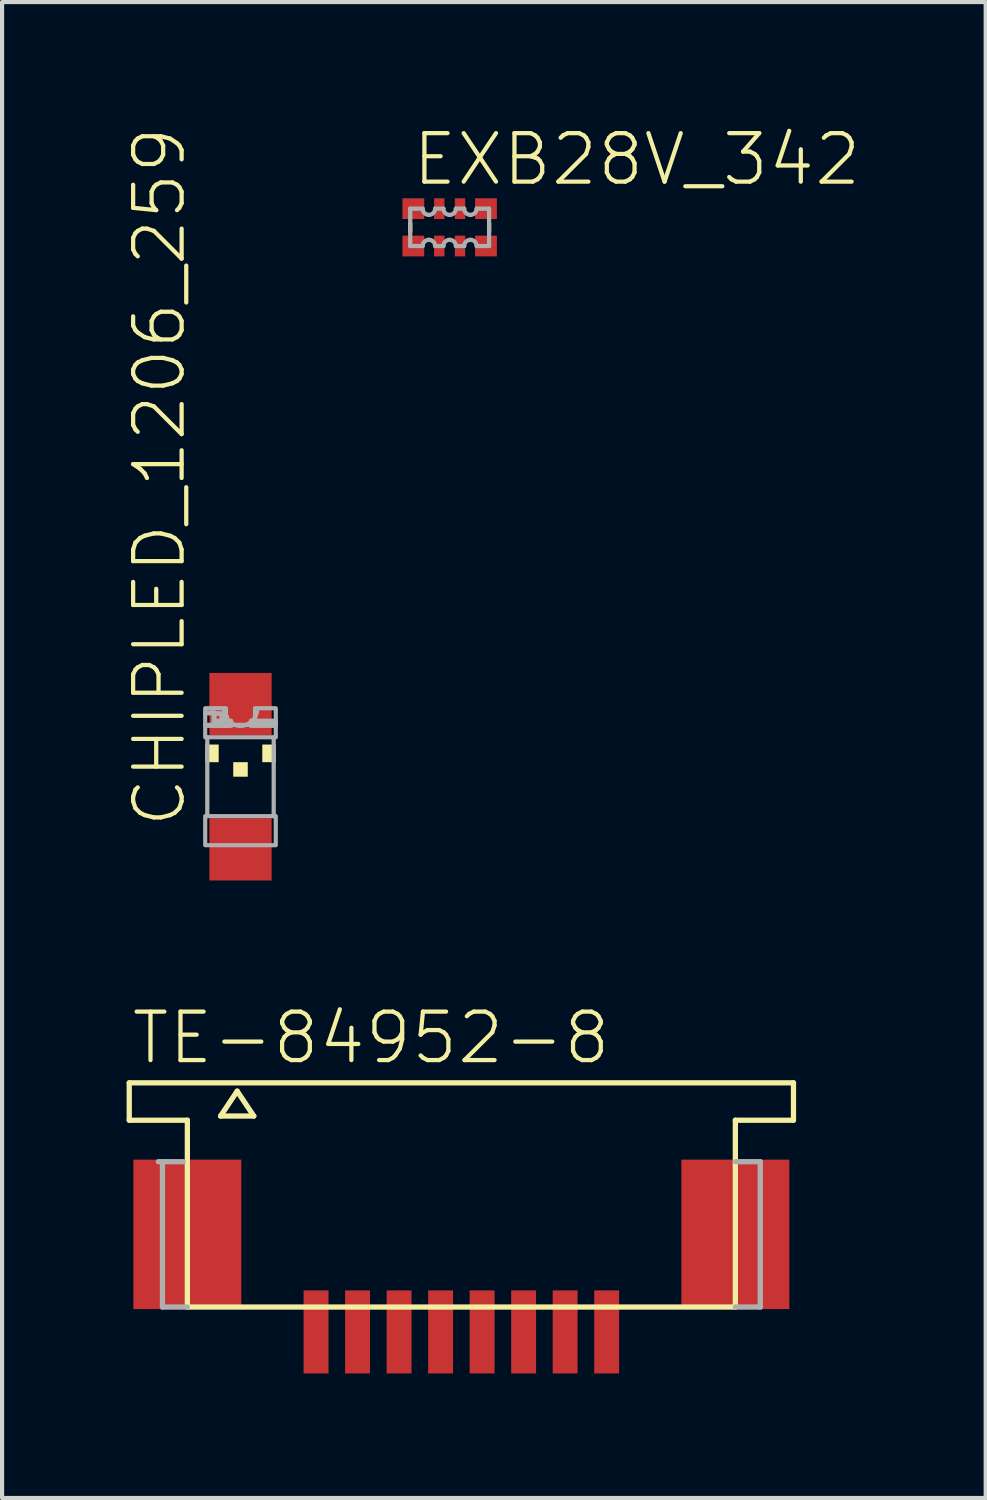
<source format=kicad_pcb>
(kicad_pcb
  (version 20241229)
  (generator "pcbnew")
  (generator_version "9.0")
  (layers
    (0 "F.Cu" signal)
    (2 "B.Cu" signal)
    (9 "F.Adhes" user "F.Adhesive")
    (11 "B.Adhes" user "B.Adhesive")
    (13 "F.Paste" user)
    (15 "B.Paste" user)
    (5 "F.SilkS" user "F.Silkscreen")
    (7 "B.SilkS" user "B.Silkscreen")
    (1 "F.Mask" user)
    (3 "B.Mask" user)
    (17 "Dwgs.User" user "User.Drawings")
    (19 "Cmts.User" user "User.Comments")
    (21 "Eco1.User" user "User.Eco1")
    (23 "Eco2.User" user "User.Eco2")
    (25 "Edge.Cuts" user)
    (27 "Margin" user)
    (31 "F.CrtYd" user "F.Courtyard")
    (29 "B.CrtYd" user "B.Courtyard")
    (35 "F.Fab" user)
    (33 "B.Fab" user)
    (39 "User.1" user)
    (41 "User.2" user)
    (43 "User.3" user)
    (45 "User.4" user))
  (footprint "CHIPLED_1206_259"
    (layer "F.Cu")
    (at 2.743 15.659)
    (property "Reference" "CHIPLED_1206_259" (at -1.27 1.27 90) (unlocked yes) (layer "F.SilkS") (effects (font (size 1.168 1.168) (thickness 0.102)) (justify left bottom)))
    (fp_poly (pts (xy -0.85 -0.35) (xy -0.525 -0.35) (xy -0.525 -0.775) (xy -0.85 -0.775)) (stroke (width 0) (type default)) (fill yes) (layer "F.SilkS"))
    (fp_poly (pts (xy -0.175 0) (xy 0.175 0) (xy 0.175 -0.35) (xy -0.175 -0.35)) (stroke (width 0) (type default)) (fill yes) (layer "F.SilkS"))
    (fp_poly (pts (xy 0.525 -0.35) (xy 0.85 -0.35) (xy 0.85 -0.775) (xy 0.525 -0.775)) (stroke (width 0) (type default)) (fill yes) (layer "F.SilkS"))
    (fp_line (start -0.8 0.95) (end -0.8 -0.95) (stroke (width 0.102) (type solid)) (layer "F.Fab"))
    (fp_line (start 0.8 -0.95) (end 0.8 0.95) (stroke (width 0.102) (type solid)) (layer "F.Fab"))
    (fp_arc (start 0.4 -1.599998) (mid -0.000001 -1.224968) (end -0.4 -1.6) (stroke (width 0.1016) (type solid)) (layer "F.Fab"))
    (fp_circle (center -0.55 -1.425) (end -0.45 -1.425) (stroke (width 0.102) (type solid)) (fill no) (layer "F.Fab"))
    (fp_poly (pts (xy -0.85 -1.525) (xy -0.35 -1.525) (xy -0.35 -1.65) (xy -0.85 -1.65)) (stroke (width 0.1) (type default)) (fill no) (layer "F.Fab"))
    (fp_poly (pts (xy -0.85 -1.225) (xy -0.625 -1.225) (xy -0.625 -1.55) (xy -0.85 -1.55)) (stroke (width 0.1) (type default)) (fill no) (layer "F.Fab"))
    (fp_poly (pts (xy -0.85 -0.95) (xy 0.85 -0.95) (xy 0.85 -1.25) (xy -0.85 -1.25)) (stroke (width 0.1) (type default)) (fill no) (layer "F.Fab"))
    (fp_poly (pts (xy -0.85 1.65) (xy 0.85 1.65) (xy 0.85 0.95) (xy -0.85 0.95)) (stroke (width 0.1) (type default)) (fill no) (layer "F.Fab"))
    (fp_poly (pts (xy -0.65 -1.225) (xy -0.225 -1.225) (xy -0.225 -1.35) (xy -0.65 -1.35)) (stroke (width 0.1) (type default)) (fill no) (layer "F.Fab"))
    (fp_poly (pts (xy -0.45 -1.225) (xy -0.325 -1.225) (xy -0.325 -1.45) (xy -0.45 -1.45)) (stroke (width 0.1) (type default)) (fill no) (layer "F.Fab"))
    (fp_poly (pts (xy 0.25 -1.225) (xy 0.85 -1.225) (xy 0.85 -1.35) (xy 0.25 -1.35)) (stroke (width 0.1) (type default)) (fill no) (layer "F.Fab"))
    (fp_poly (pts (xy 0.35 -1.3) (xy 0.85 -1.3) (xy 0.85 -1.65) (xy 0.35 -1.65)) (stroke (width 0.1) (type default)) (fill no) (layer "F.Fab"))
    (pad "A" smd rect (at 0 1.75) (size 1.5 1.5) (layers "F.Cu" "F.Mask" "F.Paste"))
    (pad "C" smd rect (at 0 -1.75) (size 1.5 1.5) (layers "F.Cu" "F.Mask" "F.Paste")))
  (footprint "TE-84952-8"
    (layer "F.Cu")
    (at 8.063 23.033)
    (property "Reference" "TE-84952-8" (at -8 -0.4 0) (unlocked yes) (layer "F.SilkS") (effects (font (size 1.168 1.168) (thickness 0.102)) (justify left bottom)))
    (fp_line (start -8 0) (end -8 0.9) (stroke (width 0.127) (type solid)) (layer "F.SilkS"))
    (fp_line (start -8 0) (end 8 0) (stroke (width 0.127) (type solid)) (layer "F.SilkS"))
    (fp_line (start -8 0.9) (end -6.6 0.9) (stroke (width 0.127) (type solid)) (layer "F.SilkS"))
    (fp_line (start -6.6 5.4) (end -6.6 0.9) (stroke (width 0.127) (type solid)) (layer "F.SilkS"))
    (fp_line (start -5.8 0.8) (end -5 0.8) (stroke (width 0.127) (type solid)) (layer "F.SilkS"))
    (fp_line (start -5.4 0.2) (end -5.8 0.8) (stroke (width 0.127) (type solid)) (layer "F.SilkS"))
    (fp_line (start -5 0.8) (end -5.4 0.2) (stroke (width 0.127) (type solid)) (layer "F.SilkS"))
    (fp_line (start 6.6 0.9) (end 6.6 5.4) (stroke (width 0.127) (type solid)) (layer "F.SilkS"))
    (fp_line (start 6.6 5.4) (end -6.6 5.4) (stroke (width 0.127) (type solid)) (layer "F.SilkS"))
    (fp_line (start 8 0) (end 8 0.9) (stroke (width 0.127) (type solid)) (layer "F.SilkS"))
    (fp_line (start 8 0.9) (end 6.6 0.9) (stroke (width 0.127) (type solid)) (layer "F.SilkS"))
    (fp_line (start -7.2 5.4) (end -7.2 1.9) (stroke (width 0.127) (type solid)) (layer "F.Fab"))
    (fp_line (start -7.2 5.4) (end -6.6 5.4) (stroke (width 0.127) (type solid)) (layer "F.Fab"))
    (fp_line (start -6.7 1.9) (end -7.3 1.9) (stroke (width 0.127) (type solid)) (layer "F.Fab"))
    (fp_line (start 6.6 5.4) (end 7.2 5.4) (stroke (width 0.127) (type solid)) (layer "F.Fab"))
    (fp_line (start 7.2 1.9) (end 6.6 1.9) (stroke (width 0.127) (type solid)) (layer "F.Fab"))
    (fp_line (start 7.2 5.4) (end 7.2 1.9) (stroke (width 0.127) (type solid)) (layer "F.Fab"))
    (pad "1" smd rect (at -3.5 6) (size 0.6 2) (layers "F.Cu" "F.Mask" "F.Paste"))
    (pad "2" smd rect (at -2.5 6) (size 0.6 2) (layers "F.Cu" "F.Mask" "F.Paste"))
    (pad "3" smd rect (at -1.5 6) (size 0.6 2) (layers "F.Cu" "F.Mask" "F.Paste"))
    (pad "4" smd rect (at -0.5 6) (size 0.6 2) (layers "F.Cu" "F.Mask" "F.Paste"))
    (pad "5" smd rect (at 0.5 6) (size 0.6 2) (layers "F.Cu" "F.Mask" "F.Paste"))
    (pad "6" smd rect (at 1.5 6) (size 0.6 2) (layers "F.Cu" "F.Mask" "F.Paste"))
    (pad "7" smd rect (at 2.5 6) (size 0.6 2) (layers "F.Cu" "F.Mask" "F.Paste"))
    (pad "8" smd rect (at 3.5 6) (size 0.6 2) (layers "F.Cu" "F.Mask" "F.Paste"))
    (pad "G1" smd rect (at -6.6 3.65) (size 2.6 3.6) (layers "F.Cu" "F.Mask" "F.Paste"))
    (pad "G2" smd rect (at 6.6 3.65) (size 2.6 3.6) (layers "F.Cu" "F.Mask" "F.Paste")))
  (footprint "EXB28V_342"
    (layer "F.Cu")
    (at 7.781 2.426)
    (property "Reference" "EXB28V_342" (at -0.953 -0.953 0) (unlocked yes) (layer "F.SilkS") (effects (font (size 1.168 1.168) (thickness 0.102)) (justify left bottom)))
    (fp_line (start -0.95 0.1) (end -0.95 -0.1) (stroke (width 0.102) (type solid)) (layer "F.SilkS"))
    (fp_line (start 0.95 -0.1) (end 0.95 0.1) (stroke (width 0.102) (type solid)) (layer "F.SilkS"))
    (fp_line (start -0.95 -0.45) (end -0.65 -0.45) (stroke (width 0.102) (type solid)) (layer "F.Fab"))
    (fp_line (start -0.95 0.45) (end -0.95 -0.45) (stroke (width 0.102) (type solid)) (layer "F.Fab"))
    (fp_line (start -0.65 0.45) (end -0.95 0.45) (stroke (width 0.102) (type solid)) (layer "F.Fab"))
    (fp_line (start -0.35 -0.45) (end -0.15 -0.45) (stroke (width 0.102) (type solid)) (layer "F.Fab"))
    (fp_line (start -0.15 0.45) (end -0.35 0.45) (stroke (width 0.102) (type solid)) (layer "F.Fab"))
    (fp_line (start 0.15 -0.45) (end 0.35 -0.45) (stroke (width 0.102) (type solid)) (layer "F.Fab"))
    (fp_line (start 0.35 0.45) (end 0.15 0.45) (stroke (width 0.102) (type solid)) (layer "F.Fab"))
    (fp_line (start 0.65 -0.45) (end 0.95 -0.45) (stroke (width 0.102) (type solid)) (layer "F.Fab"))
    (fp_line (start 0.95 -0.45) (end 0.95 0.45) (stroke (width 0.102) (type solid)) (layer "F.Fab"))
    (fp_line (start 0.95 0.45) (end 0.65 0.45) (stroke (width 0.102) (type solid)) (layer "F.Fab"))
    (fp_arc (start -0.65 0.45) (mid -0.606066 0.343934) (end -0.5 0.3) (stroke (width 0.1016) (type solid)) (layer "F.Fab"))
    (fp_arc (start -0.5 -0.3) (mid -0.606066 -0.343934) (end -0.65 -0.45) (stroke (width 0.1016) (type solid)) (layer "F.Fab"))
    (fp_arc (start -0.5 0.3) (mid -0.393934 0.343934) (end -0.35 0.45) (stroke (width 0.1016) (type solid)) (layer "F.Fab"))
    (fp_arc (start -0.35 -0.45) (mid -0.393934 -0.343934) (end -0.5 -0.3) (stroke (width 0.1016) (type solid)) (layer "F.Fab"))
    (fp_arc (start -0.15 0.45) (mid -0.106066 0.343934) (end 0 0.3) (stroke (width 0.1016) (type solid)) (layer "F.Fab"))
    (fp_arc (start 0 -0.3) (mid -0.106066 -0.343934) (end -0.15 -0.45) (stroke (width 0.1016) (type solid)) (layer "F.Fab"))
    (fp_arc (start 0 0.3) (mid 0.106066 0.343934) (end 0.15 0.45) (stroke (width 0.1016) (type solid)) (layer "F.Fab"))
    (fp_arc (start 0.15 -0.45) (mid 0.106066 -0.343934) (end 0 -0.3) (stroke (width 0.1016) (type solid)) (layer "F.Fab"))
    (fp_arc (start 0.35 0.45) (mid 0.393934 0.343934) (end 0.5 0.3) (stroke (width 0.1016) (type solid)) (layer "F.Fab"))
    (fp_arc (start 0.5 -0.3) (mid 0.393934 -0.343934) (end 0.35 -0.45) (stroke (width 0.1016) (type solid)) (layer "F.Fab"))
    (fp_arc (start 0.5 0.3) (mid 0.606066 0.343934) (end 0.65 0.45) (stroke (width 0.1016) (type solid)) (layer "F.Fab"))
    (fp_arc (start 0.65 -0.45) (mid 0.606066 -0.343934) (end 0.5 -0.3) (stroke (width 0.1016) (type solid)) (layer "F.Fab"))
    (pad "1" smd rect (at -0.875 0.45) (size 0.525 0.5) (layers "F.Cu" "F.Mask" "F.Paste"))
    (pad "2" smd rect (at -0.25 0.45) (size 0.25 0.5) (layers "F.Cu" "F.Mask" "F.Paste"))
    (pad "3" smd rect (at 0.25 0.45) (size 0.25 0.5) (layers "F.Cu" "F.Mask" "F.Paste"))
    (pad "4" smd rect (at 0.875 0.45) (size 0.525 0.5) (layers "F.Cu" "F.Mask" "F.Paste"))
    (pad "5" smd rect (at 0.875 -0.45 180) (size 0.525 0.5) (layers "F.Cu" "F.Mask" "F.Paste"))
    (pad "6" smd rect (at 0.25 -0.45 180) (size 0.25 0.5) (layers "F.Cu" "F.Mask" "F.Paste"))
    (pad "7" smd rect (at -0.25 -0.45 180) (size 0.25 0.5) (layers "F.Cu" "F.Mask" "F.Paste"))
    (pad "8" smd rect (at -0.875 -0.45 180) (size 0.525 0.5) (layers "F.Cu" "F.Mask" "F.Paste")))
  (gr_rect
    (start -3 -3)
    (end 20.693 33.033)
    (stroke (width 0.1) (type default))
    (fill no)
    (layer "Edge.Cuts")))
</source>
